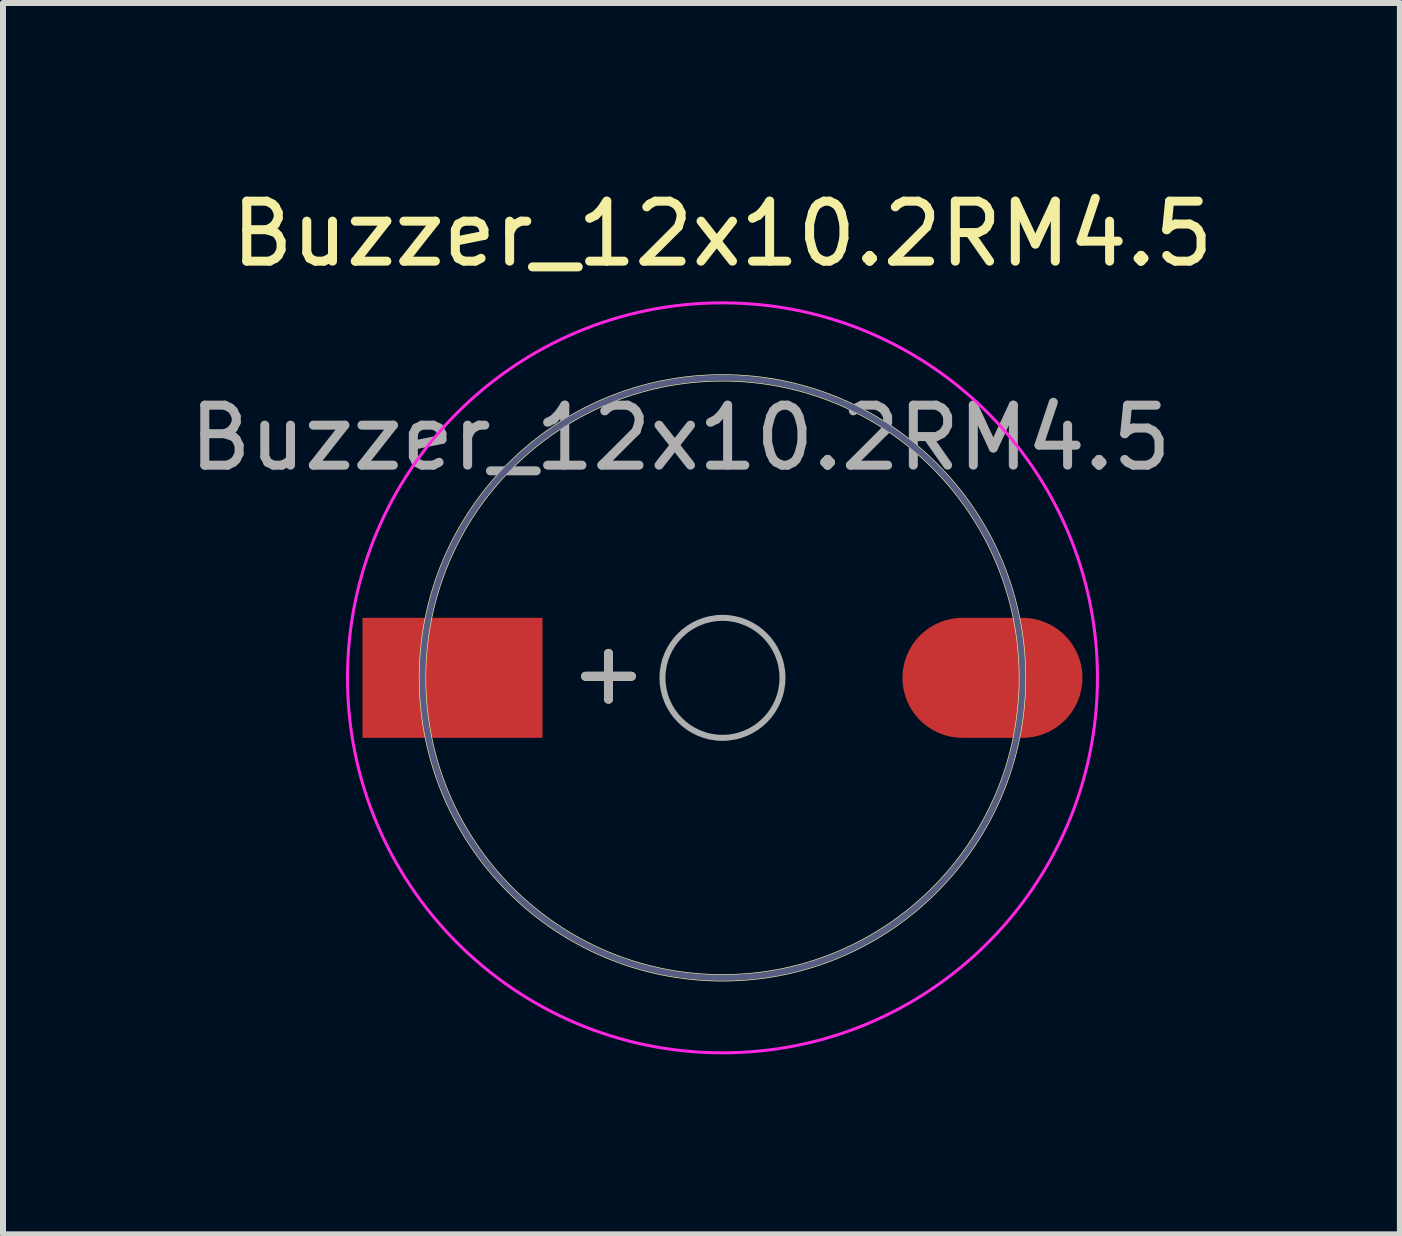
<source format=kicad_pcb>
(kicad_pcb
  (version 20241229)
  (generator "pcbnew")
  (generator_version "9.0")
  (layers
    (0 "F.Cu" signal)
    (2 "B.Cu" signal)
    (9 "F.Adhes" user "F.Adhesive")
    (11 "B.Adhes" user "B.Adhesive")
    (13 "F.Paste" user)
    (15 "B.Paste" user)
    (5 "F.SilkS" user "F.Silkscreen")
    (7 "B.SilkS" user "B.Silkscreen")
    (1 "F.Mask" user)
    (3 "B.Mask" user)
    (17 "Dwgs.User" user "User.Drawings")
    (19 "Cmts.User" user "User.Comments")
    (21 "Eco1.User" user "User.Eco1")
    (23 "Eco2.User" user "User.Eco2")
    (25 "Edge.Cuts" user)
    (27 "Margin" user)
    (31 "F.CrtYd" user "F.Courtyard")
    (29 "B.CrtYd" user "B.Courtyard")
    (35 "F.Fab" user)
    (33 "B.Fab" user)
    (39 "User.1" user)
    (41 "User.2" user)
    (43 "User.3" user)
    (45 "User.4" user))
  (footprint "Buzzer_12x10.2RM4.5"
    (layer "F.Cu")
    (at 4.492 8.248)
    (property "Reference" "Buzzer_12x10.2RM4.5" (at 4.5 -7.4 0) (layer "F.SilkS") (effects (font (size 1 1) (thickness 0.15))))
    (attr through_hole)
    (fp_circle (center 4.5 0) (end 9.5 0) (stroke (width 0.12) (type solid)) (fill no) (layer "F.SilkS"))
    (fp_circle (center 4.5 0) (end 10.75 0) (stroke (width 0.05) (type solid)) (fill no) (layer "F.CrtYd"))
    (fp_circle (center 4.5 0) (end 9.5 0) (stroke (width 0.1) (type solid)) (fill no) (layer "B.Fab"))
    (fp_circle (center 4.5 0) (end 5.5 0) (stroke (width 0.1) (type solid)) (fill no) (layer "F.Fab"))
    (fp_text user "+" (at 2.6 -0.1 0) (layer "F.SilkS") (effects (font (size 1 1) (thickness 0.15))))
    (fp_text user "${REFERENCE}" (at 3.8 -4 0) (layer "F.Fab") (effects (font (size 1 1) (thickness 0.15))))
    (fp_text user "+" (at 2.6 -0.1 0) (layer "F.Fab") (effects (font (size 1 1) (thickness 0.15))))
    (pad "1" smd rect (at 0 0) (size 3 2) (layers "F.Cu" "F.Mask" "F.Paste"))
    (pad "2" smd oval (at 9 0) (size 3 2) (layers "F.Cu" "F.Mask" "F.Paste")))
  (gr_rect
    (start -3 -3)
    (end 20.283 17.523)
    (stroke (width 0.1) (type default))
    (fill no)
    (layer "Edge.Cuts")))
</source>
